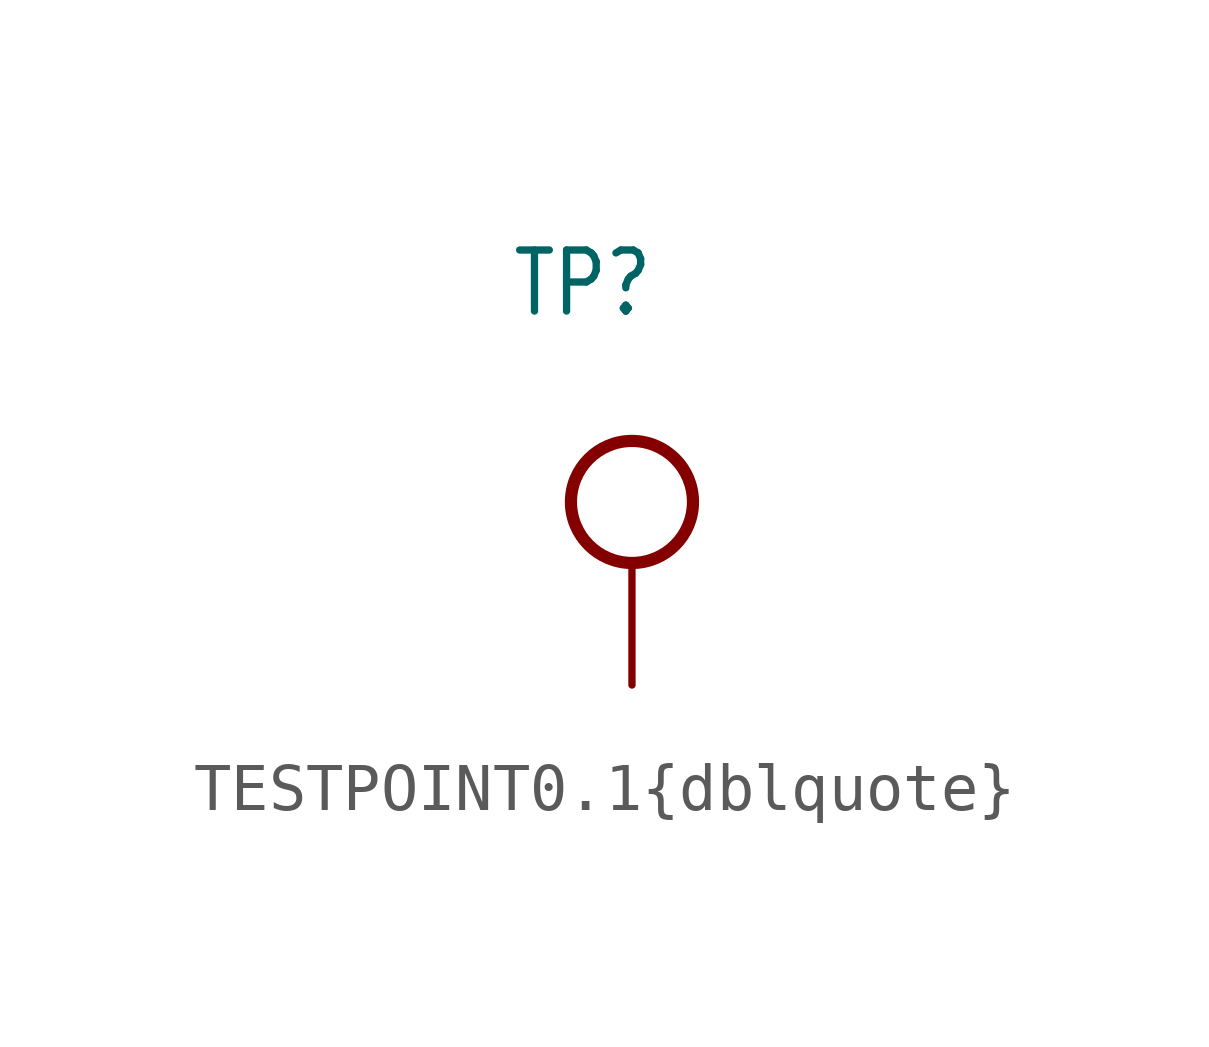
<source format=kicad_sym>
(kicad_symbol_lib
  (version 20220914)
  (generator kicad_symbol_editor)
  (symbol "TESTPOINT0.1{dblquote}"
    (property "Reference" "TP"
      (at -2.54 7.62 0)
      (effects (font (size 1.27 1.079)) (justify left bottom)))
    (property "Value" ""
      (at -2.54 5.715 0)
      (effects (font (size 1.27 1.079)) (justify left bottom)))
    (property "ki_locked" ""
      (at 0 0 0)
      (effects (font (size 1.27 1.27))))
    (symbol "TESTPOINT0.1{dblquote}_1_0"
      (circle (center 0 3.81) (radius 1.27) (stroke (width 0.254) (type solid)) (fill (type none)))
      (pin bidirectional line (at 0 0 90) (length 2.54) (name "P$1" (effects (font (size 0 0)))) (number "1" (effects (font (size 0 0))))))))
</source>
